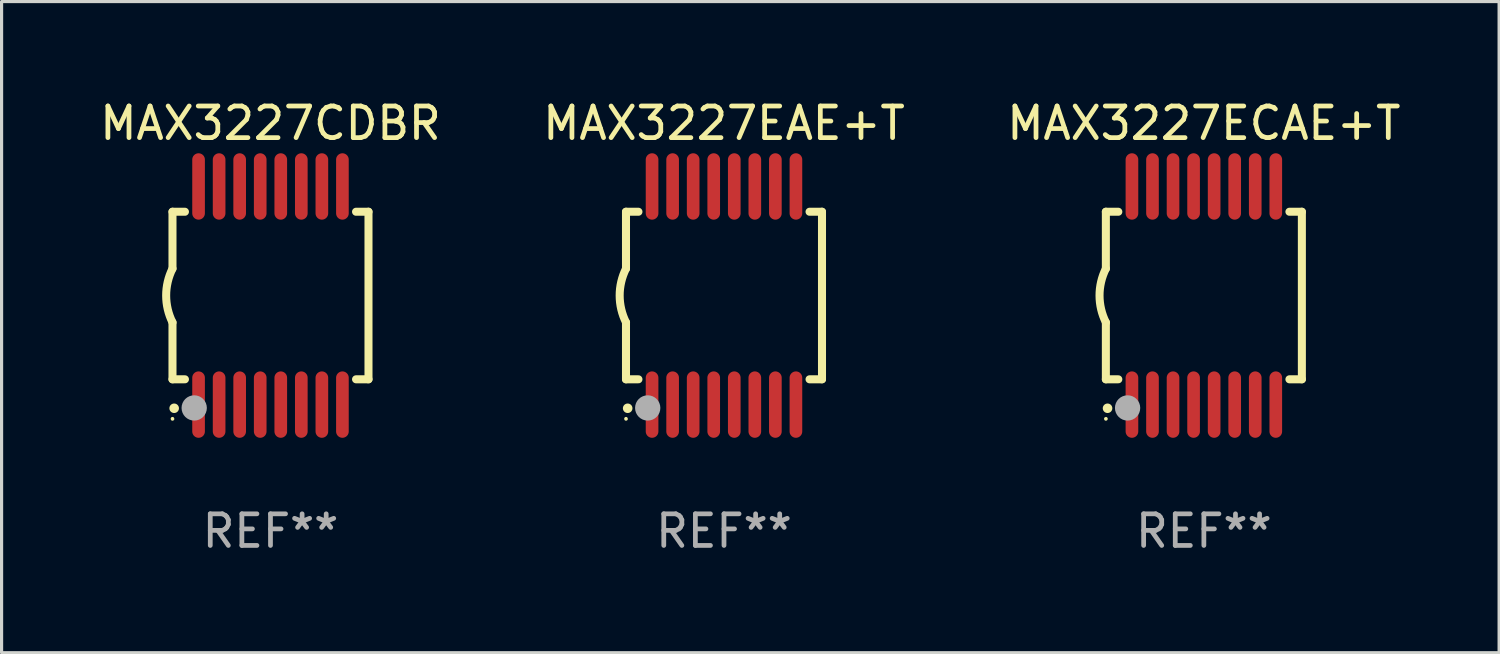
<source format=kicad_pcb>
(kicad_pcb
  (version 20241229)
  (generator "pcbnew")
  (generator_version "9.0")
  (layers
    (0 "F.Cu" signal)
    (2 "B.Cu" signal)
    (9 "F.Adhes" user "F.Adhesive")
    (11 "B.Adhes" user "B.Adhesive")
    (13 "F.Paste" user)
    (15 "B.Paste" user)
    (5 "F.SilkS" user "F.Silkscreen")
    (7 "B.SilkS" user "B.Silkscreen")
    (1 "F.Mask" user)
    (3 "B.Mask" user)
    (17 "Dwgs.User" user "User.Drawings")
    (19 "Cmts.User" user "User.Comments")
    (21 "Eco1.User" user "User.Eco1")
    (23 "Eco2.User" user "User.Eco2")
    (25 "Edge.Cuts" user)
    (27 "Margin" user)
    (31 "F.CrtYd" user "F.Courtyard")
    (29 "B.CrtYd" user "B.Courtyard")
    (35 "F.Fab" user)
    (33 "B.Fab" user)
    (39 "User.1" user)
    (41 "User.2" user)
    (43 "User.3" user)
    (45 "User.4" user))
  (footprint "MAX3227EAE+T"
    (layer "F.Cu")
    (at 19.851 6.298)
    (property "Reference" "MAX3227EAE+T" (at 0 -5.45 0) (layer "F.SilkS") (effects (font (size 1 1) (thickness 0.15))))
    (attr through_hole)
    (fp_line (start -3.1 -2.65) (end -3.1 -0.85) (stroke (width 0.254) (type solid)) (layer "F.SilkS"))
    (fp_line (start -3.1 -2.65) (end -2.706 -2.65) (stroke (width 0.254) (type solid)) (layer "F.SilkS"))
    (fp_line (start -3.1 2.65) (end -3.1 0.85) (stroke (width 0.254) (type solid)) (layer "F.SilkS"))
    (fp_line (start -3.1 2.65) (end -2.706 2.65) (stroke (width 0.254) (type solid)) (layer "F.SilkS"))
    (fp_line (start 2.706 -2.65) (end 3.1 -2.65) (stroke (width 0.254) (type solid)) (layer "F.SilkS"))
    (fp_line (start 2.706 2.65) (end 3.1 2.65) (stroke (width 0.254) (type solid)) (layer "F.SilkS"))
    (fp_line (start 3.1 -2.65) (end 3.1 2.65) (stroke (width 0.254) (type solid)) (layer "F.SilkS"))
    (fp_arc (start -3.098907 0.850902) (mid -3.300057 0.000523) (end -3.1 -0.850114) (stroke (width 0.254001) (type solid)) (layer "F.SilkS"))
    (fp_arc (start -3.048006 3.566066) (mid -3.046736 3.566061) (end -3.045466 3.566066) (stroke (width 0.3) (type solid)) (layer "F.SilkS"))
    (fp_circle (center -3.1 3.9) (end -3.07 3.9) (stroke (width 0.06) (type solid)) (fill no) (layer "F.SilkS"))
    (fp_circle (center -2.413 3.556) (end -2.213 3.556) (stroke (width 0.4) (type solid)) (fill no) (layer "F.Fab"))
    (fp_text user "REF**" (at 0 7.45 0) (layer "F.Fab") (effects (font (size 1 1) (thickness 0.15))))
    (pad "1" smd oval (at -2.275 3.45 180) (size 0.4 2.1) (layers "F.Cu" "F.Mask" "F.Paste"))
    (pad "2" smd oval (at -1.625 3.45 180) (size 0.4 2.1) (layers "F.Cu" "F.Mask" "F.Paste"))
    (pad "3" smd oval (at -0.975 3.45 180) (size 0.4 2.1) (layers "F.Cu" "F.Mask" "F.Paste"))
    (pad "4" smd oval (at -0.325 3.45 180) (size 0.4 2.1) (layers "F.Cu" "F.Mask" "F.Paste"))
    (pad "5" smd oval (at 0.325 3.45 180) (size 0.4 2.1) (layers "F.Cu" "F.Mask" "F.Paste"))
    (pad "6" smd oval (at 0.975 3.45 180) (size 0.4 2.1) (layers "F.Cu" "F.Mask" "F.Paste"))
    (pad "7" smd oval (at 1.625 3.45 180) (size 0.4 2.1) (layers "F.Cu" "F.Mask" "F.Paste"))
    (pad "8" smd oval (at 2.275 3.45 180) (size 0.4 2.1) (layers "F.Cu" "F.Mask" "F.Paste"))
    (pad "9" smd oval (at 2.275 -3.45 180) (size 0.4 2.1) (layers "F.Cu" "F.Mask" "F.Paste"))
    (pad "10" smd oval (at 1.625 -3.45 180) (size 0.4 2.1) (layers "F.Cu" "F.Mask" "F.Paste"))
    (pad "11" smd oval (at 0.975 -3.45 180) (size 0.4 2.1) (layers "F.Cu" "F.Mask" "F.Paste"))
    (pad "12" smd oval (at 0.325 -3.45 180) (size 0.4 2.1) (layers "F.Cu" "F.Mask" "F.Paste"))
    (pad "13" smd oval (at -0.325 -3.45 180) (size 0.4 2.1) (layers "F.Cu" "F.Mask" "F.Paste"))
    (pad "14" smd oval (at -0.975 -3.45 180) (size 0.4 2.1) (layers "F.Cu" "F.Mask" "F.Paste"))
    (pad "15" smd oval (at -1.625 -3.45 180) (size 0.4 2.1) (layers "F.Cu" "F.Mask" "F.Paste"))
    (pad "16" smd oval (at -2.275 -3.45 180) (size 0.4 2.1) (layers "F.Cu" "F.Mask" "F.Paste")))
  (footprint "MAX3227CDBR"
    (layer "F.Cu")
    (at 5.506 6.298)
    (property "Reference" "MAX3227CDBR" (at 0 -5.45 0) (layer "F.SilkS") (effects (font (size 1 1) (thickness 0.15))))
    (attr through_hole)
    (fp_line (start -3.1 -2.65) (end -3.1 -0.85) (stroke (width 0.254) (type solid)) (layer "F.SilkS"))
    (fp_line (start -3.1 -2.65) (end -2.706 -2.65) (stroke (width 0.254) (type solid)) (layer "F.SilkS"))
    (fp_line (start -3.1 2.65) (end -3.1 0.85) (stroke (width 0.254) (type solid)) (layer "F.SilkS"))
    (fp_line (start -3.1 2.65) (end -2.706 2.65) (stroke (width 0.254) (type solid)) (layer "F.SilkS"))
    (fp_line (start 2.706 -2.65) (end 3.1 -2.65) (stroke (width 0.254) (type solid)) (layer "F.SilkS"))
    (fp_line (start 2.706 2.65) (end 3.1 2.65) (stroke (width 0.254) (type solid)) (layer "F.SilkS"))
    (fp_line (start 3.1 -2.65) (end 3.1 2.65) (stroke (width 0.254) (type solid)) (layer "F.SilkS"))
    (fp_arc (start -3.098907 0.850902) (mid -3.300057 0.000523) (end -3.1 -0.850114) (stroke (width 0.254001) (type solid)) (layer "F.SilkS"))
    (fp_arc (start -3.048006 3.566066) (mid -3.046736 3.566061) (end -3.045466 3.566066) (stroke (width 0.3) (type solid)) (layer "F.SilkS"))
    (fp_circle (center -3.1 3.9) (end -3.07 3.9) (stroke (width 0.06) (type solid)) (fill no) (layer "F.SilkS"))
    (fp_circle (center -2.413 3.556) (end -2.213 3.556) (stroke (width 0.4) (type solid)) (fill no) (layer "F.Fab"))
    (fp_text user "REF**" (at 0 7.45 0) (layer "F.Fab") (effects (font (size 1 1) (thickness 0.15))))
    (pad "1" smd oval (at -2.275 3.45 180) (size 0.4 2.1) (layers "F.Cu" "F.Mask" "F.Paste"))
    (pad "2" smd oval (at -1.625 3.45 180) (size 0.4 2.1) (layers "F.Cu" "F.Mask" "F.Paste"))
    (pad "3" smd oval (at -0.975 3.45 180) (size 0.4 2.1) (layers "F.Cu" "F.Mask" "F.Paste"))
    (pad "4" smd oval (at -0.325 3.45 180) (size 0.4 2.1) (layers "F.Cu" "F.Mask" "F.Paste"))
    (pad "5" smd oval (at 0.325 3.45 180) (size 0.4 2.1) (layers "F.Cu" "F.Mask" "F.Paste"))
    (pad "6" smd oval (at 0.975 3.45 180) (size 0.4 2.1) (layers "F.Cu" "F.Mask" "F.Paste"))
    (pad "7" smd oval (at 1.625 3.45 180) (size 0.4 2.1) (layers "F.Cu" "F.Mask" "F.Paste"))
    (pad "8" smd oval (at 2.275 3.45 180) (size 0.4 2.1) (layers "F.Cu" "F.Mask" "F.Paste"))
    (pad "9" smd oval (at 2.275 -3.45 180) (size 0.4 2.1) (layers "F.Cu" "F.Mask" "F.Paste"))
    (pad "10" smd oval (at 1.625 -3.45 180) (size 0.4 2.1) (layers "F.Cu" "F.Mask" "F.Paste"))
    (pad "11" smd oval (at 0.975 -3.45 180) (size 0.4 2.1) (layers "F.Cu" "F.Mask" "F.Paste"))
    (pad "12" smd oval (at 0.325 -3.45 180) (size 0.4 2.1) (layers "F.Cu" "F.Mask" "F.Paste"))
    (pad "13" smd oval (at -0.325 -3.45 180) (size 0.4 2.1) (layers "F.Cu" "F.Mask" "F.Paste"))
    (pad "14" smd oval (at -0.975 -3.45 180) (size 0.4 2.1) (layers "F.Cu" "F.Mask" "F.Paste"))
    (pad "15" smd oval (at -1.625 -3.45 180) (size 0.4 2.1) (layers "F.Cu" "F.Mask" "F.Paste"))
    (pad "16" smd oval (at -2.275 -3.45 180) (size 0.4 2.1) (layers "F.Cu" "F.Mask" "F.Paste")))
  (footprint "MAX3227ECAE+T"
    (layer "F.Cu")
    (at 35.03 6.298)
    (property "Reference" "MAX3227ECAE+T" (at 0 -5.45 0) (layer "F.SilkS") (effects (font (size 1 1) (thickness 0.15))))
    (attr through_hole)
    (fp_line (start -3.1 -2.65) (end -3.1 -0.85) (stroke (width 0.254) (type solid)) (layer "F.SilkS"))
    (fp_line (start -3.1 -2.65) (end -2.706 -2.65) (stroke (width 0.254) (type solid)) (layer "F.SilkS"))
    (fp_line (start -3.1 2.65) (end -3.1 0.85) (stroke (width 0.254) (type solid)) (layer "F.SilkS"))
    (fp_line (start -3.1 2.65) (end -2.706 2.65) (stroke (width 0.254) (type solid)) (layer "F.SilkS"))
    (fp_line (start 2.706 -2.65) (end 3.1 -2.65) (stroke (width 0.254) (type solid)) (layer "F.SilkS"))
    (fp_line (start 2.706 2.65) (end 3.1 2.65) (stroke (width 0.254) (type solid)) (layer "F.SilkS"))
    (fp_line (start 3.1 -2.65) (end 3.1 2.65) (stroke (width 0.254) (type solid)) (layer "F.SilkS"))
    (fp_arc (start -3.098907 0.850902) (mid -3.300057 0.000523) (end -3.1 -0.850114) (stroke (width 0.254001) (type solid)) (layer "F.SilkS"))
    (fp_arc (start -3.048006 3.566066) (mid -3.046736 3.566061) (end -3.045466 3.566066) (stroke (width 0.3) (type solid)) (layer "F.SilkS"))
    (fp_circle (center -3.1 3.9) (end -3.07 3.9) (stroke (width 0.06) (type solid)) (fill no) (layer "F.SilkS"))
    (fp_circle (center -2.413 3.556) (end -2.213 3.556) (stroke (width 0.4) (type solid)) (fill no) (layer "F.Fab"))
    (fp_text user "REF**" (at 0 7.45 0) (layer "F.Fab") (effects (font (size 1 1) (thickness 0.15))))
    (pad "1" smd oval (at -2.275 3.45 180) (size 0.4 2.1) (layers "F.Cu" "F.Mask" "F.Paste"))
    (pad "2" smd oval (at -1.625 3.45 180) (size 0.4 2.1) (layers "F.Cu" "F.Mask" "F.Paste"))
    (pad "3" smd oval (at -0.975 3.45 180) (size 0.4 2.1) (layers "F.Cu" "F.Mask" "F.Paste"))
    (pad "4" smd oval (at -0.325 3.45 180) (size 0.4 2.1) (layers "F.Cu" "F.Mask" "F.Paste"))
    (pad "5" smd oval (at 0.325 3.45 180) (size 0.4 2.1) (layers "F.Cu" "F.Mask" "F.Paste"))
    (pad "6" smd oval (at 0.975 3.45 180) (size 0.4 2.1) (layers "F.Cu" "F.Mask" "F.Paste"))
    (pad "7" smd oval (at 1.625 3.45 180) (size 0.4 2.1) (layers "F.Cu" "F.Mask" "F.Paste"))
    (pad "8" smd oval (at 2.275 3.45 180) (size 0.4 2.1) (layers "F.Cu" "F.Mask" "F.Paste"))
    (pad "9" smd oval (at 2.275 -3.45 180) (size 0.4 2.1) (layers "F.Cu" "F.Mask" "F.Paste"))
    (pad "10" smd oval (at 1.625 -3.45 180) (size 0.4 2.1) (layers "F.Cu" "F.Mask" "F.Paste"))
    (pad "11" smd oval (at 0.975 -3.45 180) (size 0.4 2.1) (layers "F.Cu" "F.Mask" "F.Paste"))
    (pad "12" smd oval (at 0.325 -3.45 180) (size 0.4 2.1) (layers "F.Cu" "F.Mask" "F.Paste"))
    (pad "13" smd oval (at -0.325 -3.45 180) (size 0.4 2.1) (layers "F.Cu" "F.Mask" "F.Paste"))
    (pad "14" smd oval (at -0.975 -3.45 180) (size 0.4 2.1) (layers "F.Cu" "F.Mask" "F.Paste"))
    (pad "15" smd oval (at -1.625 -3.45 180) (size 0.4 2.1) (layers "F.Cu" "F.Mask" "F.Paste"))
    (pad "16" smd oval (at -2.275 -3.45 180) (size 0.4 2.1) (layers "F.Cu" "F.Mask" "F.Paste")))
  (gr_rect
    (start -3 -3)
    (end 44.369 17.597)
    (stroke (width 0.1) (type default))
    (fill no)
    (layer "Edge.Cuts")))
</source>
